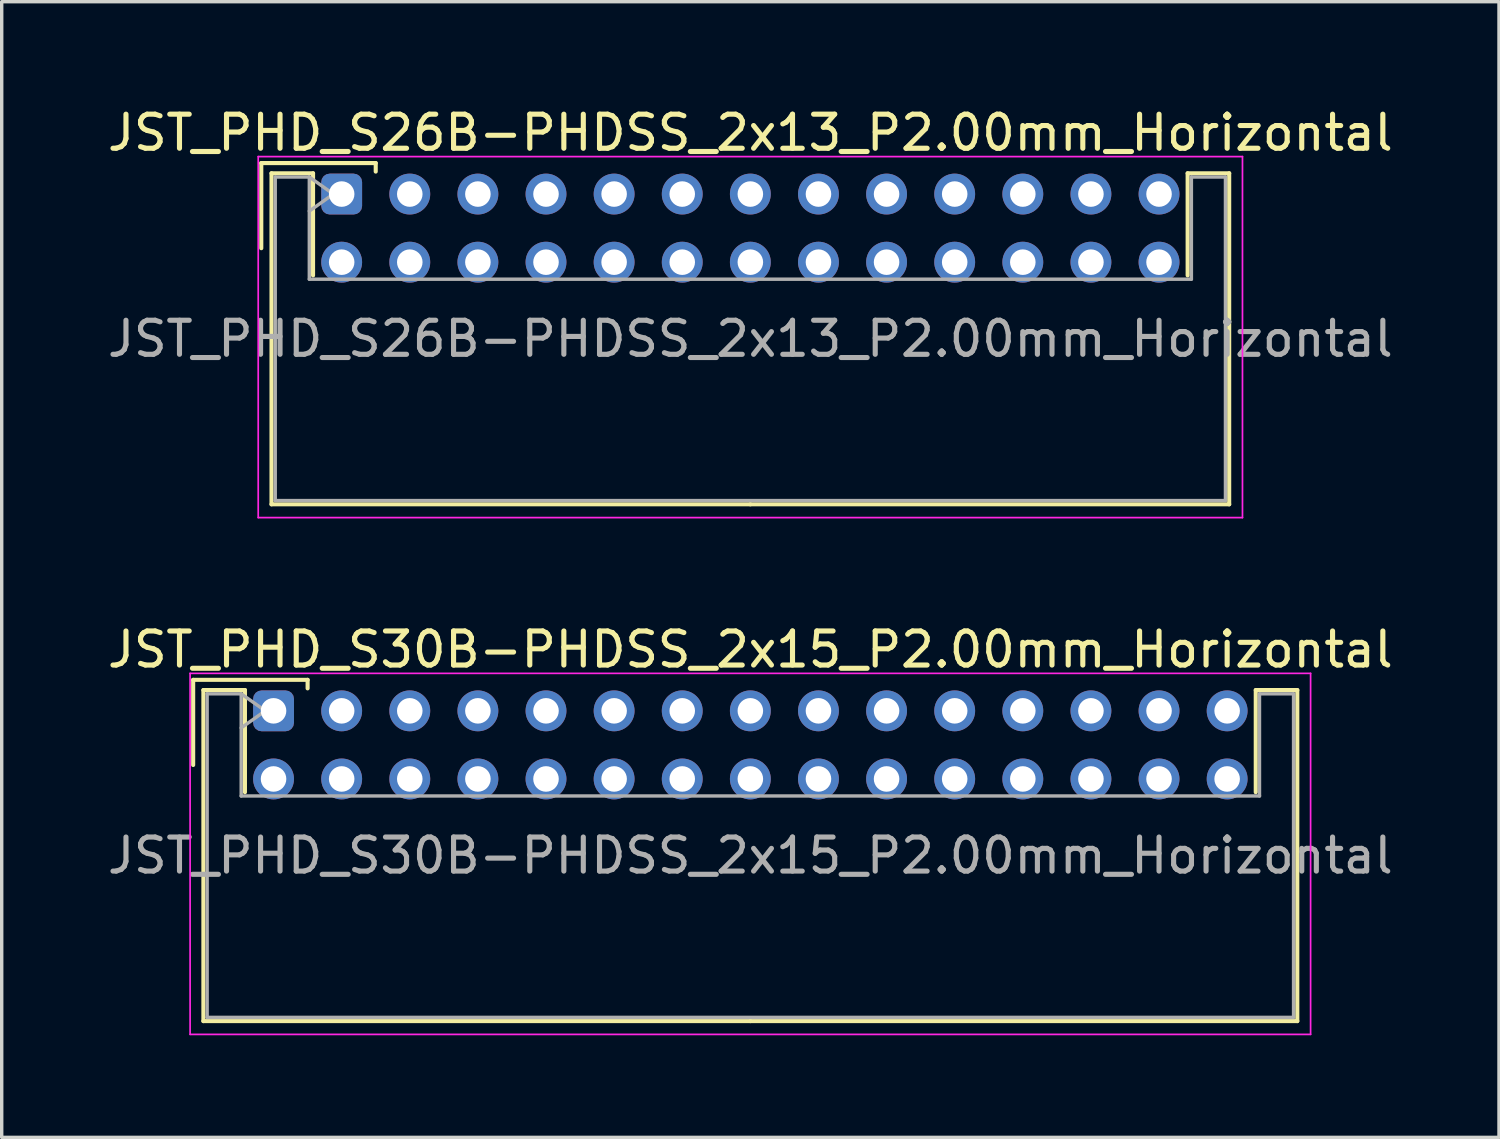
<source format=kicad_pcb>
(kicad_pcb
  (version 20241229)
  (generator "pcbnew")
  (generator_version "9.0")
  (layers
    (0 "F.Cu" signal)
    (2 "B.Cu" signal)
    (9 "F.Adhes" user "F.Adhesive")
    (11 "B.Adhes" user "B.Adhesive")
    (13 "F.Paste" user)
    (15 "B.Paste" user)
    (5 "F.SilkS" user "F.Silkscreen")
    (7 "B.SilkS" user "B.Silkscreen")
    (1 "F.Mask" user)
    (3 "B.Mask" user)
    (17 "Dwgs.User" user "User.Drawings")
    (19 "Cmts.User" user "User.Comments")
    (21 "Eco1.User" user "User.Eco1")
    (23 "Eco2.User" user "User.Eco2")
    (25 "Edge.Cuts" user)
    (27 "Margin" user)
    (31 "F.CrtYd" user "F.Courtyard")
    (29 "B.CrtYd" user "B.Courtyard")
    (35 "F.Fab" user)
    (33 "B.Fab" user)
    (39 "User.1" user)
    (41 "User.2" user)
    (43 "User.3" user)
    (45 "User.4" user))
  (footprint "JST_PHD_S26B-PHDSS_2x13_P2.00mm_Horizontal"
    (layer "F.Cu")
    (at 6.982 2.648)
    (property "Reference" "JST_PHD_S26B-PHDSS_2x13_P2.00mm_Horizontal" (at 12 -1.8 0) (layer "F.SilkS") (effects (font (size 1 1) (thickness 0.15))))
    (attr through_hole)
    (fp_line (start -2.36 -0.91) (end -2.36 1.59) (stroke (width 0.12) (type solid)) (layer "F.SilkS"))
    (fp_line (start -2.06 -0.61) (end -2.06 9.11) (stroke (width 0.12) (type solid)) (layer "F.SilkS"))
    (fp_line (start -2.06 9.11) (end 12 9.11) (stroke (width 0.12) (type solid)) (layer "F.SilkS"))
    (fp_line (start -0.84 -0.61) (end -2.06 -0.61) (stroke (width 0.12) (type solid)) (layer "F.SilkS"))
    (fp_line (start -0.84 2.39) (end -0.84 -0.61) (stroke (width 0.12) (type solid)) (layer "F.SilkS"))
    (fp_line (start 1 -0.91) (end -2.36 -0.91) (stroke (width 0.12) (type solid)) (layer "F.SilkS"))
    (fp_line (start 1 -0.66) (end 1 -0.91) (stroke (width 0.12) (type solid)) (layer "F.SilkS"))
    (fp_line (start 24.84 -0.61) (end 26.06 -0.61) (stroke (width 0.12) (type solid)) (layer "F.SilkS"))
    (fp_line (start 24.84 2.39) (end 24.84 -0.61) (stroke (width 0.12) (type solid)) (layer "F.SilkS"))
    (fp_line (start 26.06 -0.61) (end 26.06 9.11) (stroke (width 0.12) (type solid)) (layer "F.SilkS"))
    (fp_line (start 26.06 9.11) (end 12 9.11) (stroke (width 0.12) (type solid)) (layer "F.SilkS"))
    (fp_line (start -2.45 -1.1) (end -2.45 9.5) (stroke (width 0.05) (type solid)) (layer "F.CrtYd"))
    (fp_line (start -2.45 9.5) (end 26.45 9.5) (stroke (width 0.05) (type solid)) (layer "F.CrtYd"))
    (fp_line (start 26.45 -1.1) (end -2.45 -1.1) (stroke (width 0.05) (type solid)) (layer "F.CrtYd"))
    (fp_line (start 26.45 9.5) (end 26.45 -1.1) (stroke (width 0.05) (type solid)) (layer "F.CrtYd"))
    (fp_line (start -1.95 -0.5) (end -0.95 -0.5) (stroke (width 0.1) (type solid)) (layer "F.Fab"))
    (fp_line (start -1.95 9) (end -1.95 -0.5) (stroke (width 0.1) (type solid)) (layer "F.Fab"))
    (fp_line (start -0.95 -0.5) (end -0.95 2.5) (stroke (width 0.1) (type solid)) (layer "F.Fab"))
    (fp_line (start -0.95 -0.5) (end -0.243 0) (stroke (width 0.1) (type solid)) (layer "F.Fab"))
    (fp_line (start -0.95 2.5) (end 24.95 2.5) (stroke (width 0.1) (type solid)) (layer "F.Fab"))
    (fp_line (start -0.243 0) (end -0.95 0.5) (stroke (width 0.1) (type solid)) (layer "F.Fab"))
    (fp_line (start 24.95 -0.5) (end 25.95 -0.5) (stroke (width 0.1) (type solid)) (layer "F.Fab"))
    (fp_line (start 24.95 2.5) (end 24.95 -0.5) (stroke (width 0.1) (type solid)) (layer "F.Fab"))
    (fp_line (start 25.95 -0.5) (end 25.95 9) (stroke (width 0.1) (type solid)) (layer "F.Fab"))
    (fp_line (start 25.95 9) (end -1.95 9) (stroke (width 0.1) (type solid)) (layer "F.Fab"))
    (fp_text user "${REFERENCE}" (at 12 4.25 0) (layer "F.Fab") (effects (font (size 1 1) (thickness 0.15))))
    (pad "1" thru_hole roundrect (at 0 0) (size 1.2 1.2) (drill 0.75) (layers "*.Cu" "*.Mask") (roundrect_rratio 0.208))
    (pad "2" thru_hole circle (at 0 2) (size 1.2 1.2) (drill 0.75) (layers "*.Cu" "*.Mask"))
    (pad "3" thru_hole circle (at 2 0) (size 1.2 1.2) (drill 0.75) (layers "*.Cu" "*.Mask"))
    (pad "4" thru_hole circle (at 2 2) (size 1.2 1.2) (drill 0.75) (layers "*.Cu" "*.Mask"))
    (pad "5" thru_hole circle (at 4 0) (size 1.2 1.2) (drill 0.75) (layers "*.Cu" "*.Mask"))
    (pad "6" thru_hole circle (at 4 2) (size 1.2 1.2) (drill 0.75) (layers "*.Cu" "*.Mask"))
    (pad "7" thru_hole circle (at 6 0) (size 1.2 1.2) (drill 0.75) (layers "*.Cu" "*.Mask"))
    (pad "8" thru_hole circle (at 6 2) (size 1.2 1.2) (drill 0.75) (layers "*.Cu" "*.Mask"))
    (pad "9" thru_hole circle (at 8 0) (size 1.2 1.2) (drill 0.75) (layers "*.Cu" "*.Mask"))
    (pad "10" thru_hole circle (at 8 2) (size 1.2 1.2) (drill 0.75) (layers "*.Cu" "*.Mask"))
    (pad "11" thru_hole circle (at 10 0) (size 1.2 1.2) (drill 0.75) (layers "*.Cu" "*.Mask"))
    (pad "12" thru_hole circle (at 10 2) (size 1.2 1.2) (drill 0.75) (layers "*.Cu" "*.Mask"))
    (pad "13" thru_hole circle (at 12 0) (size 1.2 1.2) (drill 0.75) (layers "*.Cu" "*.Mask"))
    (pad "14" thru_hole circle (at 12 2) (size 1.2 1.2) (drill 0.75) (layers "*.Cu" "*.Mask"))
    (pad "15" thru_hole circle (at 14 0) (size 1.2 1.2) (drill 0.75) (layers "*.Cu" "*.Mask"))
    (pad "16" thru_hole circle (at 14 2) (size 1.2 1.2) (drill 0.75) (layers "*.Cu" "*.Mask"))
    (pad "17" thru_hole circle (at 16 0) (size 1.2 1.2) (drill 0.75) (layers "*.Cu" "*.Mask"))
    (pad "18" thru_hole circle (at 16 2) (size 1.2 1.2) (drill 0.75) (layers "*.Cu" "*.Mask"))
    (pad "19" thru_hole circle (at 18 0) (size 1.2 1.2) (drill 0.75) (layers "*.Cu" "*.Mask"))
    (pad "20" thru_hole circle (at 18 2) (size 1.2 1.2) (drill 0.75) (layers "*.Cu" "*.Mask"))
    (pad "21" thru_hole circle (at 20 0) (size 1.2 1.2) (drill 0.75) (layers "*.Cu" "*.Mask"))
    (pad "22" thru_hole circle (at 20 2) (size 1.2 1.2) (drill 0.75) (layers "*.Cu" "*.Mask"))
    (pad "23" thru_hole circle (at 22 0) (size 1.2 1.2) (drill 0.75) (layers "*.Cu" "*.Mask"))
    (pad "24" thru_hole circle (at 22 2) (size 1.2 1.2) (drill 0.75) (layers "*.Cu" "*.Mask"))
    (pad "25" thru_hole circle (at 24 0) (size 1.2 1.2) (drill 0.75) (layers "*.Cu" "*.Mask"))
    (pad "26" thru_hole circle (at 24 2) (size 1.2 1.2) (drill 0.75) (layers "*.Cu" "*.Mask")))
  (footprint "JST_PHD_S30B-PHDSS_2x15_P2.00mm_Horizontal"
    (layer "F.Cu")
    (at 4.982 17.822)
    (property "Reference" "JST_PHD_S30B-PHDSS_2x15_P2.00mm_Horizontal" (at 14 -1.8 0) (layer "F.SilkS") (effects (font (size 1 1) (thickness 0.15))))
    (attr through_hole)
    (fp_line (start -2.36 -0.91) (end -2.36 1.59) (stroke (width 0.12) (type solid)) (layer "F.SilkS"))
    (fp_line (start -2.06 -0.61) (end -2.06 9.11) (stroke (width 0.12) (type solid)) (layer "F.SilkS"))
    (fp_line (start -2.06 9.11) (end 14 9.11) (stroke (width 0.12) (type solid)) (layer "F.SilkS"))
    (fp_line (start -0.84 -0.61) (end -2.06 -0.61) (stroke (width 0.12) (type solid)) (layer "F.SilkS"))
    (fp_line (start -0.84 2.39) (end -0.84 -0.61) (stroke (width 0.12) (type solid)) (layer "F.SilkS"))
    (fp_line (start 1 -0.91) (end -2.36 -0.91) (stroke (width 0.12) (type solid)) (layer "F.SilkS"))
    (fp_line (start 1 -0.66) (end 1 -0.91) (stroke (width 0.12) (type solid)) (layer "F.SilkS"))
    (fp_line (start 28.84 -0.61) (end 30.06 -0.61) (stroke (width 0.12) (type solid)) (layer "F.SilkS"))
    (fp_line (start 28.84 2.39) (end 28.84 -0.61) (stroke (width 0.12) (type solid)) (layer "F.SilkS"))
    (fp_line (start 30.06 -0.61) (end 30.06 9.11) (stroke (width 0.12) (type solid)) (layer "F.SilkS"))
    (fp_line (start 30.06 9.11) (end 14 9.11) (stroke (width 0.12) (type solid)) (layer "F.SilkS"))
    (fp_line (start -2.45 -1.1) (end -2.45 9.5) (stroke (width 0.05) (type solid)) (layer "F.CrtYd"))
    (fp_line (start -2.45 9.5) (end 30.45 9.5) (stroke (width 0.05) (type solid)) (layer "F.CrtYd"))
    (fp_line (start 30.45 -1.1) (end -2.45 -1.1) (stroke (width 0.05) (type solid)) (layer "F.CrtYd"))
    (fp_line (start 30.45 9.5) (end 30.45 -1.1) (stroke (width 0.05) (type solid)) (layer "F.CrtYd"))
    (fp_line (start -1.95 -0.5) (end -0.95 -0.5) (stroke (width 0.1) (type solid)) (layer "F.Fab"))
    (fp_line (start -1.95 9) (end -1.95 -0.5) (stroke (width 0.1) (type solid)) (layer "F.Fab"))
    (fp_line (start -0.95 -0.5) (end -0.95 2.5) (stroke (width 0.1) (type solid)) (layer "F.Fab"))
    (fp_line (start -0.95 -0.5) (end -0.243 0) (stroke (width 0.1) (type solid)) (layer "F.Fab"))
    (fp_line (start -0.95 2.5) (end 28.95 2.5) (stroke (width 0.1) (type solid)) (layer "F.Fab"))
    (fp_line (start -0.243 0) (end -0.95 0.5) (stroke (width 0.1) (type solid)) (layer "F.Fab"))
    (fp_line (start 28.95 -0.5) (end 29.95 -0.5) (stroke (width 0.1) (type solid)) (layer "F.Fab"))
    (fp_line (start 28.95 2.5) (end 28.95 -0.5) (stroke (width 0.1) (type solid)) (layer "F.Fab"))
    (fp_line (start 29.95 -0.5) (end 29.95 9) (stroke (width 0.1) (type solid)) (layer "F.Fab"))
    (fp_line (start 29.95 9) (end -1.95 9) (stroke (width 0.1) (type solid)) (layer "F.Fab"))
    (fp_text user "${REFERENCE}" (at 14 4.25 0) (layer "F.Fab") (effects (font (size 1 1) (thickness 0.15))))
    (pad "1" thru_hole roundrect (at 0 0) (size 1.2 1.2) (drill 0.75) (layers "*.Cu" "*.Mask") (roundrect_rratio 0.208))
    (pad "2" thru_hole circle (at 0 2) (size 1.2 1.2) (drill 0.75) (layers "*.Cu" "*.Mask"))
    (pad "3" thru_hole circle (at 2 0) (size 1.2 1.2) (drill 0.75) (layers "*.Cu" "*.Mask"))
    (pad "4" thru_hole circle (at 2 2) (size 1.2 1.2) (drill 0.75) (layers "*.Cu" "*.Mask"))
    (pad "5" thru_hole circle (at 4 0) (size 1.2 1.2) (drill 0.75) (layers "*.Cu" "*.Mask"))
    (pad "6" thru_hole circle (at 4 2) (size 1.2 1.2) (drill 0.75) (layers "*.Cu" "*.Mask"))
    (pad "7" thru_hole circle (at 6 0) (size 1.2 1.2) (drill 0.75) (layers "*.Cu" "*.Mask"))
    (pad "8" thru_hole circle (at 6 2) (size 1.2 1.2) (drill 0.75) (layers "*.Cu" "*.Mask"))
    (pad "9" thru_hole circle (at 8 0) (size 1.2 1.2) (drill 0.75) (layers "*.Cu" "*.Mask"))
    (pad "10" thru_hole circle (at 8 2) (size 1.2 1.2) (drill 0.75) (layers "*.Cu" "*.Mask"))
    (pad "11" thru_hole circle (at 10 0) (size 1.2 1.2) (drill 0.75) (layers "*.Cu" "*.Mask"))
    (pad "12" thru_hole circle (at 10 2) (size 1.2 1.2) (drill 0.75) (layers "*.Cu" "*.Mask"))
    (pad "13" thru_hole circle (at 12 0) (size 1.2 1.2) (drill 0.75) (layers "*.Cu" "*.Mask"))
    (pad "14" thru_hole circle (at 12 2) (size 1.2 1.2) (drill 0.75) (layers "*.Cu" "*.Mask"))
    (pad "15" thru_hole circle (at 14 0) (size 1.2 1.2) (drill 0.75) (layers "*.Cu" "*.Mask"))
    (pad "16" thru_hole circle (at 14 2) (size 1.2 1.2) (drill 0.75) (layers "*.Cu" "*.Mask"))
    (pad "17" thru_hole circle (at 16 0) (size 1.2 1.2) (drill 0.75) (layers "*.Cu" "*.Mask"))
    (pad "18" thru_hole circle (at 16 2) (size 1.2 1.2) (drill 0.75) (layers "*.Cu" "*.Mask"))
    (pad "19" thru_hole circle (at 18 0) (size 1.2 1.2) (drill 0.75) (layers "*.Cu" "*.Mask"))
    (pad "20" thru_hole circle (at 18 2) (size 1.2 1.2) (drill 0.75) (layers "*.Cu" "*.Mask"))
    (pad "21" thru_hole circle (at 20 0) (size 1.2 1.2) (drill 0.75) (layers "*.Cu" "*.Mask"))
    (pad "22" thru_hole circle (at 20 2) (size 1.2 1.2) (drill 0.75) (layers "*.Cu" "*.Mask"))
    (pad "23" thru_hole circle (at 22 0) (size 1.2 1.2) (drill 0.75) (layers "*.Cu" "*.Mask"))
    (pad "24" thru_hole circle (at 22 2) (size 1.2 1.2) (drill 0.75) (layers "*.Cu" "*.Mask"))
    (pad "25" thru_hole circle (at 24 0) (size 1.2 1.2) (drill 0.75) (layers "*.Cu" "*.Mask"))
    (pad "26" thru_hole circle (at 24 2) (size 1.2 1.2) (drill 0.75) (layers "*.Cu" "*.Mask"))
    (pad "27" thru_hole circle (at 26 0) (size 1.2 1.2) (drill 0.75) (layers "*.Cu" "*.Mask"))
    (pad "28" thru_hole circle (at 26 2) (size 1.2 1.2) (drill 0.75) (layers "*.Cu" "*.Mask"))
    (pad "29" thru_hole circle (at 28 0) (size 1.2 1.2) (drill 0.75) (layers "*.Cu" "*.Mask"))
    (pad "30" thru_hole circle (at 28 2) (size 1.2 1.2) (drill 0.75) (layers "*.Cu" "*.Mask")))
  (gr_rect
    (start -3 -3)
    (end 40.964 30.346)
    (stroke (width 0.1) (type default))
    (fill no)
    (layer "Edge.Cuts")))
</source>
